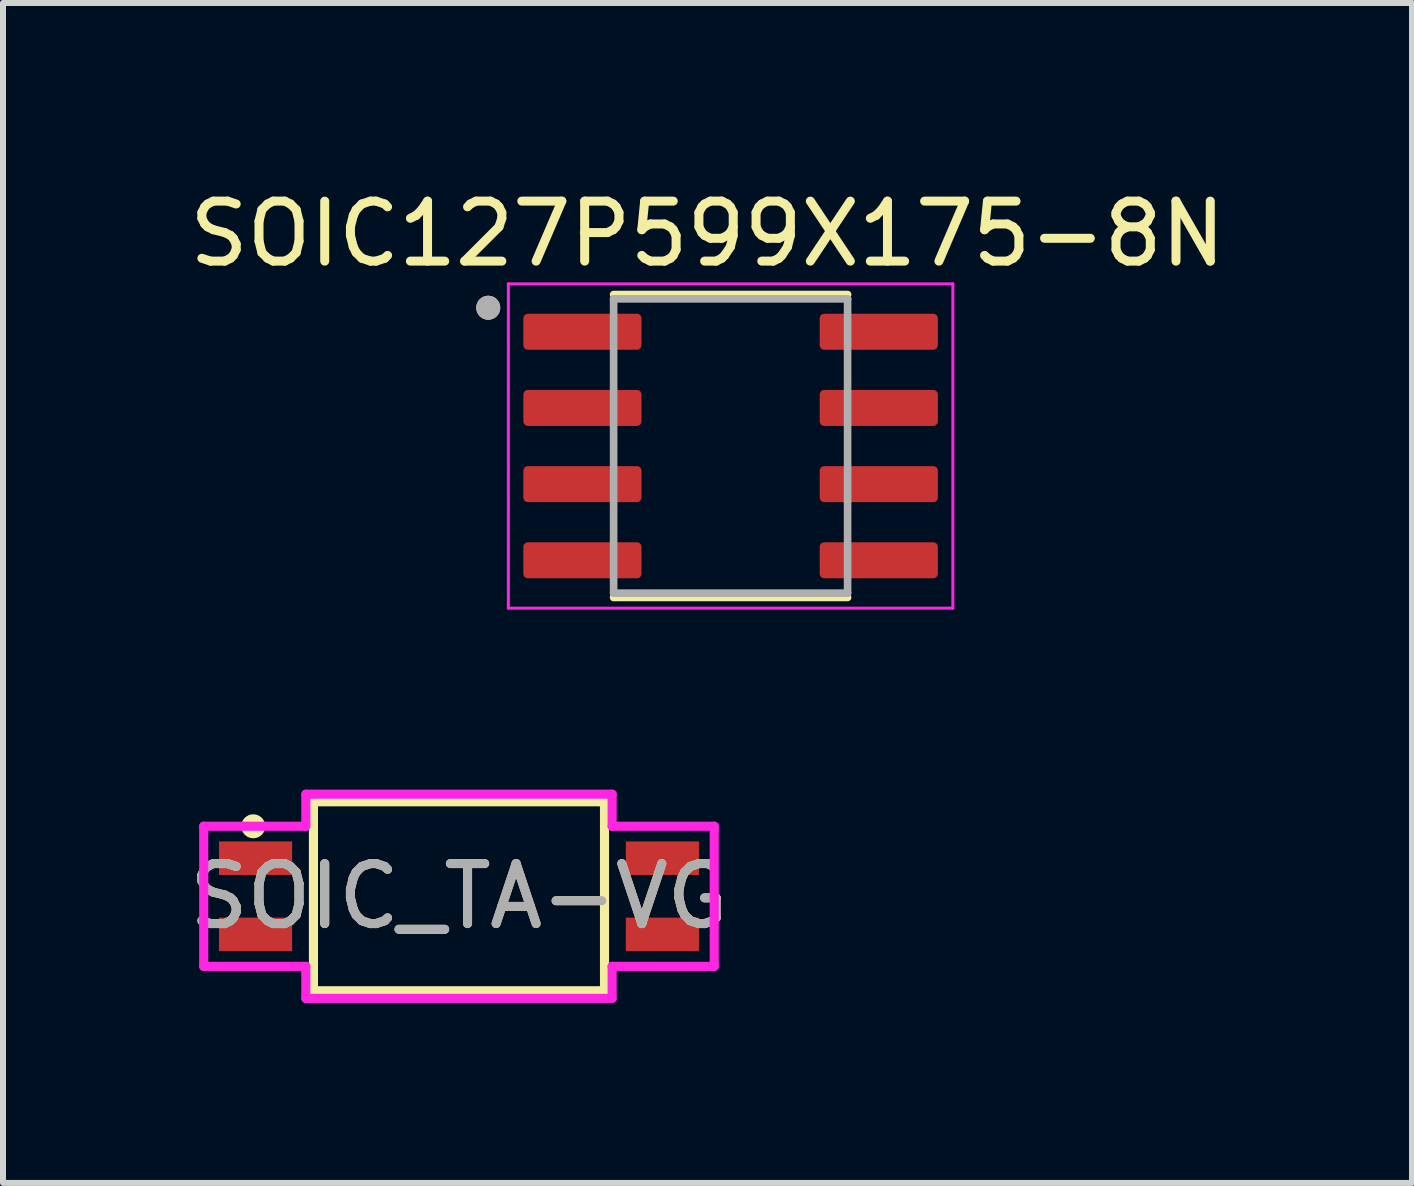
<source format=kicad_pcb>
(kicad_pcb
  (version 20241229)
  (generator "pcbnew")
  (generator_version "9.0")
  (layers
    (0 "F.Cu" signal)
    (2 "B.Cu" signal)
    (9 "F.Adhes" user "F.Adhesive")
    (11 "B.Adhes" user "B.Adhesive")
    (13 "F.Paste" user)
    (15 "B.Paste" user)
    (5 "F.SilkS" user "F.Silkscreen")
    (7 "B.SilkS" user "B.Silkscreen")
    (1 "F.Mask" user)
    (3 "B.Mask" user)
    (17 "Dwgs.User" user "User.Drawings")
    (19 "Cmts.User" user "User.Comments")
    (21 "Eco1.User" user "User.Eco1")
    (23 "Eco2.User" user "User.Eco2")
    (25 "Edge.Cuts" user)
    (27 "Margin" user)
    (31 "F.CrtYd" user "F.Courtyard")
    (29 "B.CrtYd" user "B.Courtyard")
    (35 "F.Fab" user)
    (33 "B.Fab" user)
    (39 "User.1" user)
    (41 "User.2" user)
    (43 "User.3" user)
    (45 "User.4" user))
  (footprint "SOIC127P599X175-8N"
    (layer "F.Cu")
    (at 9.129 4.385)
    (property "Reference" "SOIC127P599X175-8N" (at -0.385 -3.537 0) (layer "F.SilkS") (effects (font (size 1 1) (thickness 0.15))))
    (attr smd)
    (fp_line (start -1.95 -2.525) (end 1.95 -2.525) (stroke (width 0.127) (type solid)) (layer "F.SilkS"))
    (fp_line (start -1.95 2.525) (end 1.95 2.525) (stroke (width 0.127) (type solid)) (layer "F.SilkS"))
    (fp_circle (center -4.04 -2.305) (end -3.94 -2.305) (stroke (width 0.2) (type solid)) (fill no) (layer "F.SilkS"))
    (fp_line (start -3.705 -2.703) (end -3.705 2.703) (stroke (width 0.05) (type solid)) (layer "F.CrtYd"))
    (fp_line (start -3.705 -2.703) (end 3.705 -2.703) (stroke (width 0.05) (type solid)) (layer "F.CrtYd"))
    (fp_line (start -3.705 2.703) (end 3.705 2.703) (stroke (width 0.05) (type solid)) (layer "F.CrtYd"))
    (fp_line (start 3.705 -2.703) (end 3.705 2.703) (stroke (width 0.05) (type solid)) (layer "F.CrtYd"))
    (fp_line (start -1.95 -2.453) (end -1.95 2.453) (stroke (width 0.127) (type solid)) (layer "F.Fab"))
    (fp_line (start -1.95 -2.453) (end 1.95 -2.453) (stroke (width 0.127) (type solid)) (layer "F.Fab"))
    (fp_line (start -1.95 2.453) (end 1.95 2.453) (stroke (width 0.127) (type solid)) (layer "F.Fab"))
    (fp_line (start 1.95 -2.453) (end 1.95 2.453) (stroke (width 0.127) (type solid)) (layer "F.Fab"))
    (fp_circle (center -4.04 -2.305) (end -3.94 -2.305) (stroke (width 0.2) (type solid)) (fill no) (layer "F.Fab"))
    (pad "1" smd roundrect (at -2.47 -1.905) (size 1.97 0.6) (layers "F.Cu" "F.Mask" "F.Paste") (roundrect_rratio 0.125))
    (pad "2" smd roundrect (at -2.47 -0.635) (size 1.97 0.6) (layers "F.Cu" "F.Mask" "F.Paste") (roundrect_rratio 0.125))
    (pad "3" smd roundrect (at -2.47 0.635) (size 1.97 0.6) (layers "F.Cu" "F.Mask" "F.Paste") (roundrect_rratio 0.125))
    (pad "4" smd roundrect (at -2.47 1.905) (size 1.97 0.6) (layers "F.Cu" "F.Mask" "F.Paste") (roundrect_rratio 0.125))
    (pad "5" smd roundrect (at 2.47 1.905) (size 1.97 0.6) (layers "F.Cu" "F.Mask" "F.Paste") (roundrect_rratio 0.125))
    (pad "6" smd roundrect (at 2.47 0.635) (size 1.97 0.6) (layers "F.Cu" "F.Mask" "F.Paste") (roundrect_rratio 0.125))
    (pad "7" smd roundrect (at 2.47 -0.635) (size 1.97 0.6) (layers "F.Cu" "F.Mask" "F.Paste") (roundrect_rratio 0.125))
    (pad "8" smd roundrect (at 2.47 -1.905) (size 1.97 0.6) (layers "F.Cu" "F.Mask" "F.Paste") (roundrect_rratio 0.125)))
  (footprint "SOIC_TA-VG"
    (layer "F.Cu")
    (at 4.601 11.891)
    (property "Reference" "SOIC_TA-VG" (at 0 0 0) (unlocked yes) (layer "F.SilkS") (effects (font (size 1 1) (thickness 0.15))))
    (attr smd)
    (fp_line (start -2.426 -1.575) (end -2.426 1.575) (stroke (width 0.152) (type solid)) (layer "F.SilkS"))
    (fp_line (start -2.426 1.575) (end 2.426 1.575) (stroke (width 0.152) (type solid)) (layer "F.SilkS"))
    (fp_line (start 2.426 -1.575) (end -2.426 -1.575) (stroke (width 0.152) (type solid)) (layer "F.SilkS"))
    (fp_line (start 2.426 1.575) (end 2.426 -1.575) (stroke (width 0.152) (type solid)) (layer "F.SilkS"))
    (fp_circle (center -3.429 -1.167) (end -3.329 -1.167) (stroke (width 0.2) (type solid)) (fill no) (layer "F.SilkS"))
    (fp_line (start -4.255 -1.168) (end -2.553 -1.168) (stroke (width 0.152) (type solid)) (layer "F.CrtYd"))
    (fp_line (start -4.255 1.168) (end -4.255 -1.168) (stroke (width 0.152) (type solid)) (layer "F.CrtYd"))
    (fp_line (start -4.255 1.168) (end -2.553 1.168) (stroke (width 0.152) (type solid)) (layer "F.CrtYd"))
    (fp_line (start -2.553 -1.702) (end 2.553 -1.702) (stroke (width 0.152) (type solid)) (layer "F.CrtYd"))
    (fp_line (start -2.553 -1.168) (end -2.553 -1.702) (stroke (width 0.152) (type solid)) (layer "F.CrtYd"))
    (fp_line (start -2.553 1.702) (end -2.553 1.168) (stroke (width 0.152) (type solid)) (layer "F.CrtYd"))
    (fp_line (start 2.553 -1.702) (end 2.553 -1.168) (stroke (width 0.152) (type solid)) (layer "F.CrtYd"))
    (fp_line (start 2.553 1.168) (end 2.553 1.702) (stroke (width 0.152) (type solid)) (layer "F.CrtYd"))
    (fp_line (start 2.553 1.702) (end -2.553 1.702) (stroke (width 0.152) (type solid)) (layer "F.CrtYd"))
    (fp_line (start 4.255 -1.168) (end 2.553 -1.168) (stroke (width 0.152) (type solid)) (layer "F.CrtYd"))
    (fp_line (start 4.255 -1.168) (end 4.255 1.168) (stroke (width 0.152) (type solid)) (layer "F.CrtYd"))
    (fp_line (start 4.255 1.168) (end 2.553 1.168) (stroke (width 0.152) (type solid)) (layer "F.CrtYd"))
    (fp_text user "${REFERENCE}" (at 0 0 0) (unlocked yes) (layer "F.Fab") (effects (font (size 1 1) (thickness 0.15))))
    (pad "1" smd rect (at -3.391 -0.635) (size 1.219 0.559) (layers "F.Cu" "F.Mask" "F.Paste"))
    (pad "2" smd rect (at -3.391 0.635) (size 1.219 0.559) (layers "F.Cu" "F.Mask" "F.Paste"))
    (pad "3" smd rect (at 3.391 0.635) (size 1.219 0.559) (layers "F.Cu" "F.Mask" "F.Paste"))
    (pad "4" smd rect (at 3.391 -0.635) (size 1.219 0.559) (layers "F.Cu" "F.Mask" "F.Paste")))
  (gr_rect
    (start -3 -3)
    (end 20.488 16.669)
    (stroke (width 0.1) (type default))
    (fill no)
    (layer "Edge.Cuts")))
</source>
